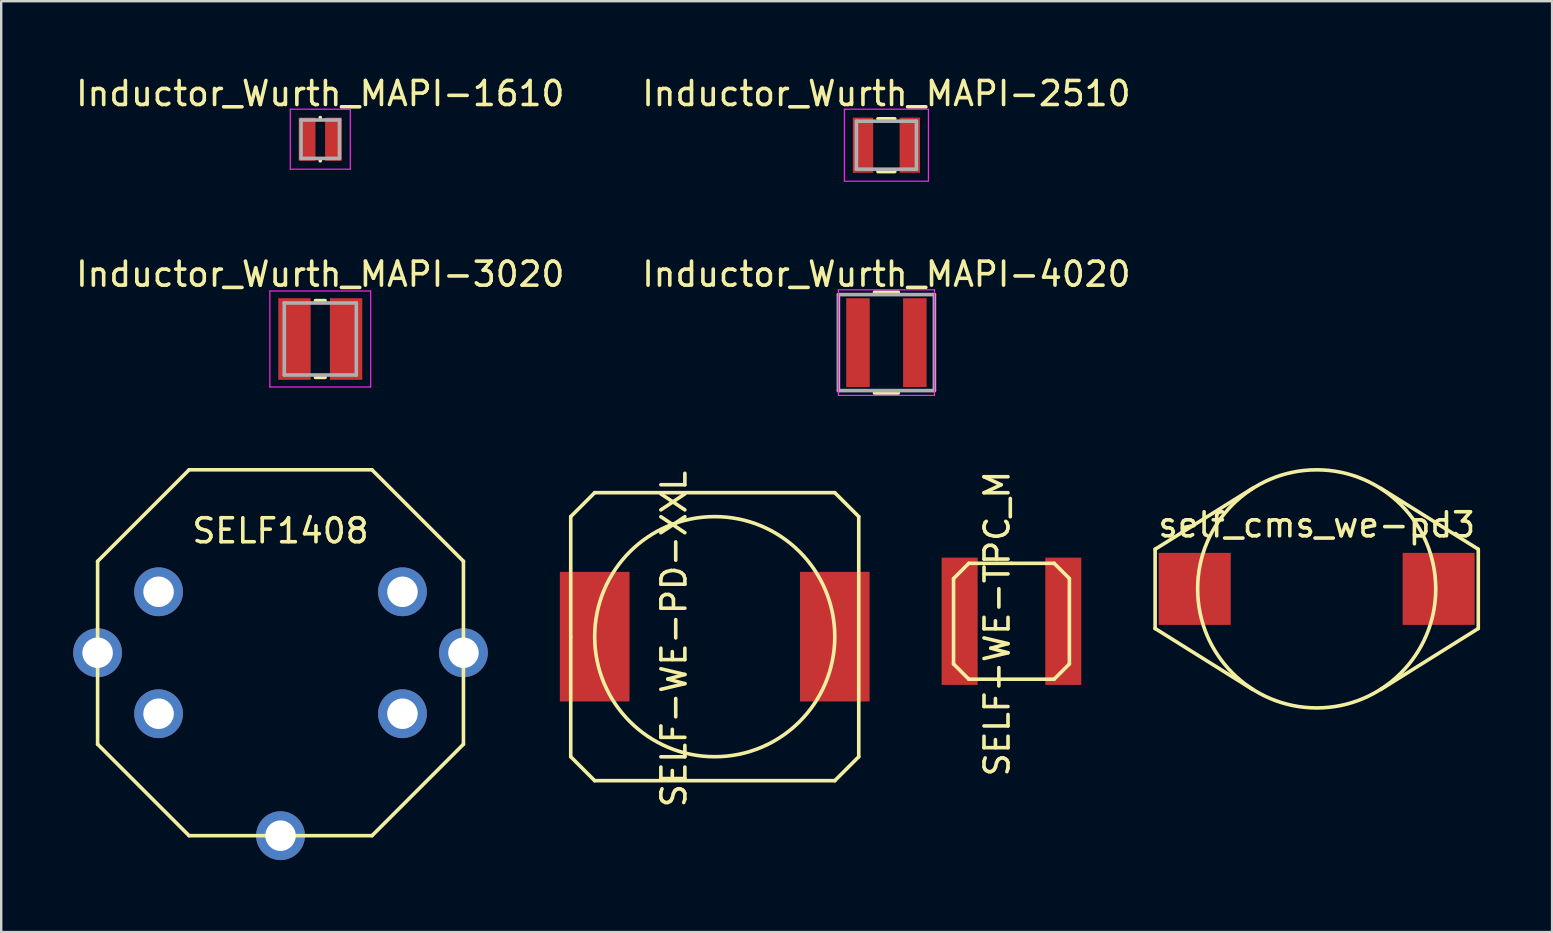
<source format=kicad_pcb>
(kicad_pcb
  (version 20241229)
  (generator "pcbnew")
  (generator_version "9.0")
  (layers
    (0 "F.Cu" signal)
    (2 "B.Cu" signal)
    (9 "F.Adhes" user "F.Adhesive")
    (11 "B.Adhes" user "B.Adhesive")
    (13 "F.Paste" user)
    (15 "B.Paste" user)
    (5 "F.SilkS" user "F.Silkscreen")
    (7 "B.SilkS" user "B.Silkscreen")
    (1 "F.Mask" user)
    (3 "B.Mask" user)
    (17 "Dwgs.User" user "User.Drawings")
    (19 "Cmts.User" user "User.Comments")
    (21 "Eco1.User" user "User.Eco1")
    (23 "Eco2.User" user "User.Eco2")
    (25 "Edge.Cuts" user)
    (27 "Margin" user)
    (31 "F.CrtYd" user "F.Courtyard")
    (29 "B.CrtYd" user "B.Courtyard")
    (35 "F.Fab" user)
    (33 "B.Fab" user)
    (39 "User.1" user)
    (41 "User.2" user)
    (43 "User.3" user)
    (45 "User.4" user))
  (footprint "SELF-WE-PD-XXL"
    (layer "F.Cu")
    (at 26.724 23.472)
    (property "Reference" "SELF-WE-PD-XXL" (at -1.699 0.099 90) (layer "F.SilkS") (effects (font (size 1 1) (thickness 0.15))))
    (attr smd)
    (fp_line (start -5.999 -5.001) (end -5.001 -5.999) (stroke (width 0.15) (type solid)) (layer "F.SilkS"))
    (fp_line (start -5.999 0) (end -5.999 -5.001) (stroke (width 0.15) (type solid)) (layer "F.SilkS"))
    (fp_line (start -5.999 5.001) (end -5.999 0) (stroke (width 0.15) (type solid)) (layer "F.SilkS"))
    (fp_line (start -5.001 -5.999) (end 5.001 -5.999) (stroke (width 0.15) (type solid)) (layer "F.SilkS"))
    (fp_line (start -5.001 5.999) (end -5.999 5.001) (stroke (width 0.15) (type solid)) (layer "F.SilkS"))
    (fp_line (start 5.001 -5.999) (end 5.999 -5.001) (stroke (width 0.15) (type solid)) (layer "F.SilkS"))
    (fp_line (start 5.001 5.999) (end -5.001 5.999) (stroke (width 0.15) (type solid)) (layer "F.SilkS"))
    (fp_line (start 5.999 -5.001) (end 5.999 5.001) (stroke (width 0.15) (type solid)) (layer "F.SilkS"))
    (fp_line (start 5.999 5.001) (end 5.001 5.999) (stroke (width 0.15) (type solid)) (layer "F.SilkS"))
    (fp_circle (center 0 0) (end 0 -5.001) (stroke (width 0.15) (type solid)) (fill no) (layer "F.SilkS"))
    (fp_text user "" (at 0 0 0) (layer "F.SilkS") (effects (font (size 1 1) (thickness 0.15))))
    (fp_text user "" (at 0 0 0) (layer "F.SilkS") (effects (font (size 1 1) (thickness 0.15))))
    (pad "1" smd rect (at -5.001 0) (size 2.901 5.4) (layers "F.Cu" "F.Mask" "F.Paste"))
    (pad "2" smd rect (at 5.001 0) (size 2.901 5.4) (layers "F.Cu" "F.Mask" "F.Paste")))
  (footprint "Inductor_Wurth_MAPI-3020"
    (layer "F.Cu")
    (at 10.292 11.072)
    (property "Reference" "Inductor_Wurth_MAPI-3020" (at 0 -2.7 0) (layer "F.SilkS") (effects (font (size 1 1) (thickness 0.15))))
    (attr smd)
    (fp_line (start -0.2 -1.6) (end 0.2 -1.6) (stroke (width 0.15) (type solid)) (layer "F.SilkS"))
    (fp_line (start -0.2 1.6) (end 0.2 1.6) (stroke (width 0.15) (type solid)) (layer "F.SilkS"))
    (fp_line (start -2.1 -2) (end -2.1 2) (stroke (width 0.05) (type solid)) (layer "F.CrtYd"))
    (fp_line (start -2.1 2) (end 2.1 2) (stroke (width 0.05) (type solid)) (layer "F.CrtYd"))
    (fp_line (start 2.1 -2) (end -2.1 -2) (stroke (width 0.05) (type solid)) (layer "F.CrtYd"))
    (fp_line (start 2.1 2) (end 2.1 -2) (stroke (width 0.05) (type solid)) (layer "F.CrtYd"))
    (fp_line (start -1.5 -1.5) (end -1.5 1.5) (stroke (width 0.15) (type solid)) (layer "F.Fab"))
    (fp_line (start -1.5 1.5) (end 1.5 1.5) (stroke (width 0.15) (type solid)) (layer "F.Fab"))
    (fp_line (start 1.5 -1.5) (end -1.5 -1.5) (stroke (width 0.15) (type solid)) (layer "F.Fab"))
    (fp_line (start 1.5 1.5) (end 1.5 -1.5) (stroke (width 0.15) (type solid)) (layer "F.Fab"))
    (pad "1" smd rect (at -1.075 0) (size 1.35 3.4) (layers "F.Cu" "F.Mask" "F.Paste"))
    (pad "2" smd rect (at 1.075 0) (size 1.35 3.4) (layers "F.Cu" "F.Mask" "F.Paste")))
  (footprint "SELF-WE-TPC_M"
    (layer "F.Cu")
    (at 39.085 22.83)
    (property "Reference" "SELF-WE-TPC_M" (at -0.599 0.099 90) (layer "F.SilkS") (effects (font (size 1 1) (thickness 0.15))))
    (attr smd)
    (fp_line (start -2.413 -1.778) (end -1.778 -2.413) (stroke (width 0.15) (type solid)) (layer "F.SilkS"))
    (fp_line (start -2.413 1.778) (end -2.413 -1.778) (stroke (width 0.15) (type solid)) (layer "F.SilkS"))
    (fp_line (start -1.778 -2.413) (end 0 -2.413) (stroke (width 0.15) (type solid)) (layer "F.SilkS"))
    (fp_line (start -1.778 2.413) (end -2.413 1.778) (stroke (width 0.15) (type solid)) (layer "F.SilkS"))
    (fp_line (start 0 -2.413) (end 1.778 -2.413) (stroke (width 0.15) (type solid)) (layer "F.SilkS"))
    (fp_line (start 1.778 -2.413) (end 2.413 -1.778) (stroke (width 0.15) (type solid)) (layer "F.SilkS"))
    (fp_line (start 1.778 2.413) (end -1.778 2.413) (stroke (width 0.15) (type solid)) (layer "F.SilkS"))
    (fp_line (start 2.413 -1.778) (end 2.413 1.778) (stroke (width 0.15) (type solid)) (layer "F.SilkS"))
    (fp_line (start 2.413 1.778) (end 1.778 2.413) (stroke (width 0.15) (type solid)) (layer "F.SilkS"))
    (pad "1" smd rect (at -2.159 0) (size 1.501 5.301) (layers "F.Cu" "F.Mask" "F.Paste"))
    (pad "2" smd rect (at 2.159 0) (size 1.501 5.301) (layers "F.Cu" "F.Mask" "F.Paste")))
  (footprint "Inductor_Wurth_MAPI-2510"
    (layer "F.Cu")
    (at 33.875 2.998)
    (property "Reference" "Inductor_Wurth_MAPI-2510" (at 0 -2.15 0) (layer "F.SilkS") (effects (font (size 1 1) (thickness 0.15))))
    (attr smd)
    (fp_line (start -0.35 -1.1) (end 0.35 -1.1) (stroke (width 0.15) (type solid)) (layer "F.SilkS"))
    (fp_line (start -0.35 1.1) (end 0.35 1.1) (stroke (width 0.15) (type solid)) (layer "F.SilkS"))
    (fp_line (start -1.75 -1.5) (end -1.75 1.5) (stroke (width 0.05) (type solid)) (layer "F.CrtYd"))
    (fp_line (start -1.75 1.5) (end 1.75 1.5) (stroke (width 0.05) (type solid)) (layer "F.CrtYd"))
    (fp_line (start 1.75 -1.5) (end -1.75 -1.5) (stroke (width 0.05) (type solid)) (layer "F.CrtYd"))
    (fp_line (start 1.75 1.5) (end 1.75 -1.5) (stroke (width 0.05) (type solid)) (layer "F.CrtYd"))
    (fp_line (start -1.25 -1) (end -1.25 1) (stroke (width 0.15) (type solid)) (layer "F.Fab"))
    (fp_line (start -1.25 1) (end 1.25 1) (stroke (width 0.15) (type solid)) (layer "F.Fab"))
    (fp_line (start 1.25 -1) (end -1.25 -1) (stroke (width 0.15) (type solid)) (layer "F.Fab"))
    (fp_line (start 1.25 1) (end 1.25 -1) (stroke (width 0.15) (type solid)) (layer "F.Fab"))
    (pad "1" smd rect (at -0.975 0) (size 0.85 2.3) (layers "F.Cu" "F.Mask" "F.Paste"))
    (pad "2" smd rect (at 0.975 0) (size 0.85 2.3) (layers "F.Cu" "F.Mask" "F.Paste")))
  (footprint "SELF1408"
    (layer "F.Cu")
    (at 8.636 24.142)
    (property "Reference" "SELF1408" (at 0 -5.08 0) (layer "F.SilkS") (effects (font (size 1 1) (thickness 0.15))))
    (attr through_hole)
    (fp_line (start -7.62 -3.81) (end -7.62 3.81) (stroke (width 0.15) (type solid)) (layer "F.SilkS"))
    (fp_line (start -7.62 3.81) (end -3.81 7.62) (stroke (width 0.15) (type solid)) (layer "F.SilkS"))
    (fp_line (start -3.81 -7.62) (end -7.62 -3.81) (stroke (width 0.15) (type solid)) (layer "F.SilkS"))
    (fp_line (start -3.81 7.62) (end 3.81 7.62) (stroke (width 0.15) (type solid)) (layer "F.SilkS"))
    (fp_line (start 3.81 -7.62) (end -3.81 -7.62) (stroke (width 0.15) (type solid)) (layer "F.SilkS"))
    (fp_line (start 3.81 7.62) (end 7.62 3.81) (stroke (width 0.15) (type solid)) (layer "F.SilkS"))
    (fp_line (start 7.62 -3.81) (end 3.81 -7.62) (stroke (width 0.15) (type solid)) (layer "F.SilkS"))
    (fp_line (start 7.62 3.81) (end 7.62 -3.81) (stroke (width 0.15) (type solid)) (layer "F.SilkS"))
    (pad "0" thru_hole circle (at 0 7.62) (size 2.032 2.032) (drill 1.27) (layers "*.Cu" "*.Mask"))
    (pad "1" thru_hole circle (at -7.62 0) (size 2.032 2.032) (drill 1.27) (layers "*.Cu" "*.Mask"))
    (pad "1" thru_hole circle (at -5.08 -2.54) (size 2.032 2.032) (drill 1.27) (layers "*.Cu" "*.Mask"))
    (pad "1" thru_hole circle (at -5.08 2.54) (size 2.032 2.032) (drill 1.27) (layers "*.Cu" "*.Mask"))
    (pad "2" thru_hole circle (at 5.08 -2.54) (size 2.032 2.032) (drill 1.27) (layers "*.Cu" "*.Mask"))
    (pad "2" thru_hole circle (at 5.08 2.54) (size 2.032 2.032) (drill 1.27) (layers "*.Cu" "*.Mask"))
    (pad "2" thru_hole circle (at 7.62 0) (size 2.032 2.032) (drill 1.27) (layers "*.Cu" "*.Mask")))
  (footprint "self_cms_we-pd3"
    (layer "F.Cu")
    (at 51.8 21.481)
    (property "Reference" "self_cms_we-pd3" (at 0 -2.667 0) (layer "F.SilkS") (effects (font (size 1 1) (thickness 0.15))))
    (attr smd)
    (fp_line (start -6.731 -1.651) (end -6.731 1.651) (stroke (width 0.15) (type solid)) (layer "F.SilkS"))
    (fp_line (start -6.731 -1.651) (end -2.667 -4.191) (stroke (width 0.15) (type solid)) (layer "F.SilkS"))
    (fp_line (start -6.731 1.651) (end -2.667 4.191) (stroke (width 0.15) (type solid)) (layer "F.SilkS"))
    (fp_line (start 6.731 -1.651) (end 2.667 -4.191) (stroke (width 0.15) (type solid)) (layer "F.SilkS"))
    (fp_line (start 6.731 -1.651) (end 6.731 1.651) (stroke (width 0.15) (type solid)) (layer "F.SilkS"))
    (fp_line (start 6.731 1.651) (end 2.667 4.191) (stroke (width 0.15) (type solid)) (layer "F.SilkS"))
    (fp_circle (center 0 0) (end 0.254 -4.953) (stroke (width 0.15) (type solid)) (fill no) (layer "F.SilkS"))
    (pad "1" smd rect (at -5.08 0) (size 3 3) (layers "F.Cu" "F.Mask" "F.Paste"))
    (pad "2" smd rect (at 5.08 0) (size 3 3) (layers "F.Cu" "F.Mask" "F.Paste")))
  (footprint "Inductor_Wurth_MAPI-1610"
    (layer "F.Cu")
    (at 10.292 2.748)
    (property "Reference" "Inductor_Wurth_MAPI-1610" (at 0 -1.9 0) (layer "F.SilkS") (effects (font (size 1 1) (thickness 0.15))))
    (attr smd)
    (fp_line (start 0 -0.9) (end 0 -0.9) (stroke (width 0.15) (type solid)) (layer "F.SilkS"))
    (fp_line (start 0 0.9) (end 0 0.9) (stroke (width 0.15) (type solid)) (layer "F.SilkS"))
    (fp_line (start -1.25 -1.25) (end -1.25 1.25) (stroke (width 0.05) (type solid)) (layer "F.CrtYd"))
    (fp_line (start -1.25 1.25) (end 1.25 1.25) (stroke (width 0.05) (type solid)) (layer "F.CrtYd"))
    (fp_line (start 1.25 -1.25) (end -1.25 -1.25) (stroke (width 0.05) (type solid)) (layer "F.CrtYd"))
    (fp_line (start 1.25 1.25) (end 1.25 -1.25) (stroke (width 0.05) (type solid)) (layer "F.CrtYd"))
    (fp_line (start -0.8 -0.8) (end -0.8 0.8) (stroke (width 0.15) (type solid)) (layer "F.Fab"))
    (fp_line (start -0.8 0.8) (end 0.8 0.8) (stroke (width 0.15) (type solid)) (layer "F.Fab"))
    (fp_line (start 0.8 -0.8) (end -0.8 -0.8) (stroke (width 0.15) (type solid)) (layer "F.Fab"))
    (fp_line (start 0.8 0.8) (end 0.8 -0.8) (stroke (width 0.15) (type solid)) (layer "F.Fab"))
    (pad "1" smd rect (at -0.55 0) (size 0.7 1.8) (layers "F.Cu" "F.Mask" "F.Paste"))
    (pad "2" smd rect (at 0.55 0) (size 0.7 1.8) (layers "F.Cu" "F.Mask" "F.Paste")))
  (footprint "Inductor_Wurth_MAPI-4020"
    (layer "F.Cu")
    (at 33.875 11.222)
    (property "Reference" "Inductor_Wurth_MAPI-4020" (at 0 -2.85 0) (layer "F.SilkS") (effects (font (size 1 1) (thickness 0.15))))
    (attr smd)
    (fp_line (start -0.495 -2.1) (end 0.495 -2.1) (stroke (width 0.15) (type solid)) (layer "F.SilkS"))
    (fp_line (start -0.495 2.1) (end 0.495 2.1) (stroke (width 0.15) (type solid)) (layer "F.SilkS"))
    (fp_line (start -2 -2.2) (end -2 2.2) (stroke (width 0.05) (type solid)) (layer "F.CrtYd"))
    (fp_line (start -2 2.2) (end 2 2.2) (stroke (width 0.05) (type solid)) (layer "F.CrtYd"))
    (fp_line (start 2 -2.2) (end -2 -2.2) (stroke (width 0.05) (type solid)) (layer "F.CrtYd"))
    (fp_line (start 2 2.2) (end 2 -2.2) (stroke (width 0.05) (type solid)) (layer "F.CrtYd"))
    (fp_line (start -2 -2) (end -2 2) (stroke (width 0.15) (type solid)) (layer "F.Fab"))
    (fp_line (start -2 2) (end 2 2) (stroke (width 0.15) (type solid)) (layer "F.Fab"))
    (fp_line (start 2 -2) (end -2 -2) (stroke (width 0.15) (type solid)) (layer "F.Fab"))
    (fp_line (start 2 2) (end 2 -2) (stroke (width 0.15) (type solid)) (layer "F.Fab"))
    (pad "1" smd rect (at -1.185 0) (size 0.98 3.7) (layers "F.Cu" "F.Mask" "F.Paste"))
    (pad "2" smd rect (at 1.185 0) (size 0.98 3.7) (layers "F.Cu" "F.Mask" "F.Paste")))
  (gr_rect
    (start -3 -3)
    (end 61.606 35.778)
    (stroke (width 0.1) (type default))
    (fill no)
    (layer "Edge.Cuts")))
</source>
